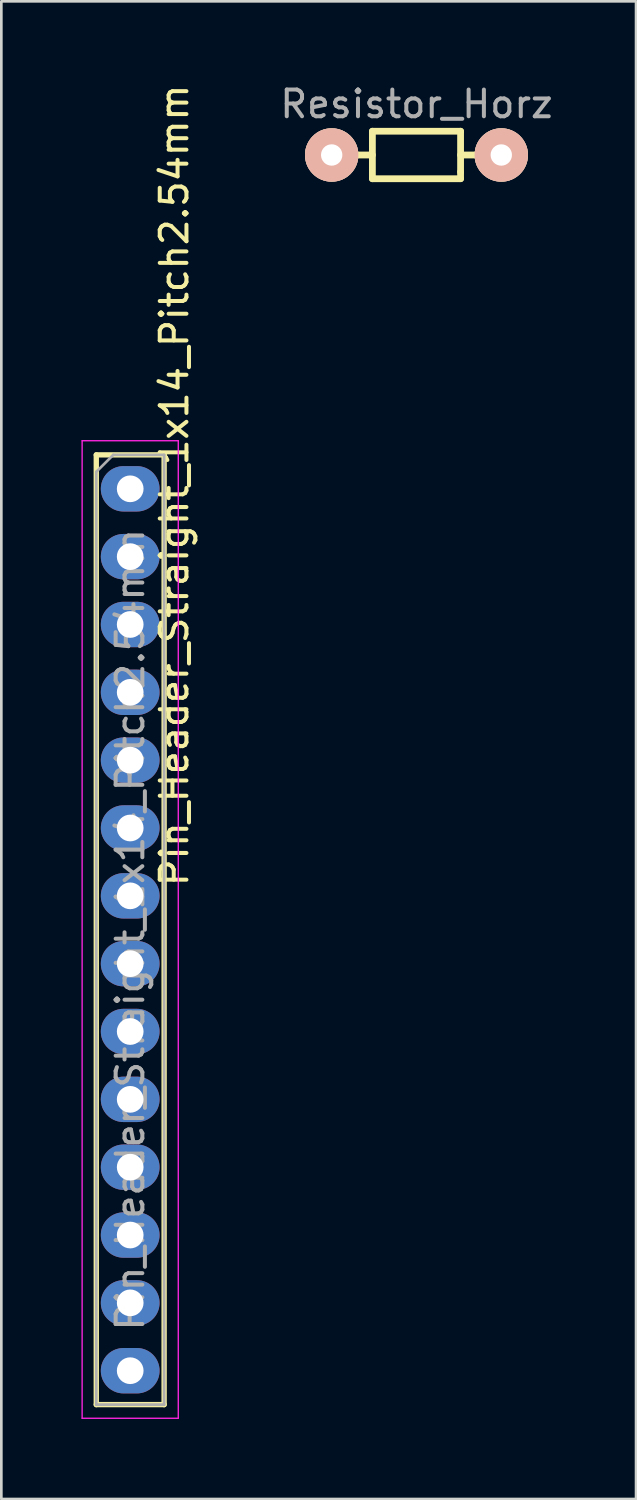
<source format=kicad_pcb>
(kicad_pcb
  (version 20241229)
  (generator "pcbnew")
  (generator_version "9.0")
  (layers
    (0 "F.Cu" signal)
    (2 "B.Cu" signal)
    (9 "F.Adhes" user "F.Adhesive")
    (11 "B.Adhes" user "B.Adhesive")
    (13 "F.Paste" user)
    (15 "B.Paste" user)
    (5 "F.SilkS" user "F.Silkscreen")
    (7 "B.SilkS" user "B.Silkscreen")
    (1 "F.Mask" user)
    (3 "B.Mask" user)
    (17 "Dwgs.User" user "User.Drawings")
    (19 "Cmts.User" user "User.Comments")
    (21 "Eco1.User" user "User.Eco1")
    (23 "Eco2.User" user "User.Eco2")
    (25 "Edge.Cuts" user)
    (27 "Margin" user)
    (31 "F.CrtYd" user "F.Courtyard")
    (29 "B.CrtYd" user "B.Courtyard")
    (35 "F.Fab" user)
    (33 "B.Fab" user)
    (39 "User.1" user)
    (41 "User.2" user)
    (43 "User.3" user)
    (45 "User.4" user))
  (footprint "Resistor_Horz"
    (layer "F.Cu")
    (at 12.544 2.753)
    (property "Reference" "Resistor_Horz" (at 0 -1.905 0) (layer "F.Fab") (effects (font (size 1 1) (thickness 0.15))))
    (attr through_hole)
    (fp_line (start -1.651 -0.889) (end 1.651 -0.889) (stroke (width 0.254) (type solid)) (layer "F.SilkS"))
    (fp_line (start -1.651 0) (end -2.413 0) (stroke (width 0.254) (type solid)) (layer "F.SilkS"))
    (fp_line (start -1.651 0.889) (end -1.651 -0.889) (stroke (width 0.254) (type solid)) (layer "F.SilkS"))
    (fp_line (start 1.651 -0.889) (end 1.651 0.635) (stroke (width 0.254) (type solid)) (layer "F.SilkS"))
    (fp_line (start 1.651 0) (end 2.413 0) (stroke (width 0.254) (type solid)) (layer "F.SilkS"))
    (fp_line (start 1.651 0.889) (end -1.651 0.889) (stroke (width 0.254) (type solid)) (layer "F.SilkS"))
    (fp_line (start 1.651 0.889) (end 1.651 0.635) (stroke (width 0.254) (type solid)) (layer "F.SilkS"))
    (pad "1" thru_hole circle (at -3.175 0) (size 1.999 1.999) (drill 0.8) (layers "*.Cu" "*.SilkS" "*.Mask"))
    (pad "2" thru_hole circle (at 3.175 0) (size 1.999 1.999) (drill 0.8) (layers "*.Cu" "*.SilkS" "*.Mask")))
  (footprint "Pin_Header_Straight_1x14_Pitch2.54mm"
    (layer "F.Cu")
    (at 1.825 15.252)
    (property "Reference" "Pin_Header_Straight_1x14_Pitch2.54mm" (at 1.651 -0.127 90) (layer "F.SilkS") (effects (font (size 1 1) (thickness 0.15))))
    (attr through_hole)
    (fp_line (start -1.27 -1.27) (end -1.27 34.29) (stroke (width 0.2) (type solid)) (layer "F.SilkS"))
    (fp_line (start -1.27 34.29) (end 1.27 34.29) (stroke (width 0.2) (type solid)) (layer "F.SilkS"))
    (fp_line (start 1.27 -1.27) (end -1.27 -1.27) (stroke (width 0.2) (type solid)) (layer "F.SilkS"))
    (fp_line (start 1.27 34.29) (end 1.27 -1.27) (stroke (width 0.2) (type solid)) (layer "F.SilkS"))
    (fp_line (start -1.8 -1.8) (end -1.8 34.8) (stroke (width 0.05) (type solid)) (layer "F.CrtYd"))
    (fp_line (start -1.8 34.8) (end 1.8 34.8) (stroke (width 0.05) (type solid)) (layer "F.CrtYd"))
    (fp_line (start 1.8 -1.8) (end -1.8 -1.8) (stroke (width 0.05) (type solid)) (layer "F.CrtYd"))
    (fp_line (start 1.8 34.8) (end 1.8 -1.8) (stroke (width 0.05) (type solid)) (layer "F.CrtYd"))
    (fp_line (start -1.27 -0.635) (end -0.635 -1.27) (stroke (width 0.1) (type solid)) (layer "F.Fab"))
    (fp_line (start -1.27 34.29) (end -1.27 -0.635) (stroke (width 0.1) (type solid)) (layer "F.Fab"))
    (fp_line (start -0.635 -1.27) (end 1.27 -1.27) (stroke (width 0.1) (type solid)) (layer "F.Fab"))
    (fp_line (start 1.27 -1.27) (end 1.27 34.29) (stroke (width 0.1) (type solid)) (layer "F.Fab"))
    (fp_line (start 1.27 34.29) (end -1.27 34.29) (stroke (width 0.1) (type solid)) (layer "F.Fab"))
    (fp_text user "${REFERENCE}" (at 0 16.51 90) (layer "F.Fab") (effects (font (size 1 1) (thickness 0.15))))
    (pad "1" thru_hole oval (at 0 0) (size 2.2 1.7) (drill 1) (layers "*.Cu" "*.Mask"))
    (pad "2" thru_hole oval (at 0 2.54) (size 2.2 1.7) (drill 1) (layers "*.Cu" "*.Mask"))
    (pad "3" thru_hole oval (at 0 5.08) (size 2.2 1.7) (drill 1) (layers "*.Cu" "*.Mask"))
    (pad "4" thru_hole oval (at 0 7.62) (size 2.2 1.7) (drill 1) (layers "*.Cu" "*.Mask"))
    (pad "5" thru_hole oval (at 0 10.16) (size 2.2 1.7) (drill 1) (layers "*.Cu" "*.Mask"))
    (pad "6" thru_hole oval (at 0 12.7) (size 2.2 1.7) (drill 1) (layers "*.Cu" "*.Mask"))
    (pad "7" thru_hole oval (at 0 15.24) (size 2.2 1.7) (drill 1) (layers "*.Cu" "*.Mask"))
    (pad "8" thru_hole oval (at 0 17.78) (size 2.2 1.7) (drill 1) (layers "*.Cu" "*.Mask"))
    (pad "9" thru_hole oval (at 0 20.32) (size 2.2 1.7) (drill 1) (layers "*.Cu" "*.Mask"))
    (pad "10" thru_hole oval (at 0 22.86) (size 2.2 1.7) (drill 1) (layers "*.Cu" "*.Mask"))
    (pad "11" thru_hole oval (at 0 25.4) (size 2.2 1.7) (drill 1) (layers "*.Cu" "*.Mask"))
    (pad "12" thru_hole oval (at 0 27.94) (size 2.2 1.7) (drill 1) (layers "*.Cu" "*.Mask"))
    (pad "13" thru_hole oval (at 0 30.48) (size 2.2 1.7) (drill 1) (layers "*.Cu" "*.Mask"))
    (pad "14" thru_hole oval (at 0 33.02) (size 2.2 1.7) (drill 1) (layers "*.Cu" "*.Mask")))
  (gr_rect
    (start -3 -3)
    (end 20.765 53.077)
    (stroke (width 0.1) (type default))
    (fill no)
    (layer "Edge.Cuts")))
</source>
